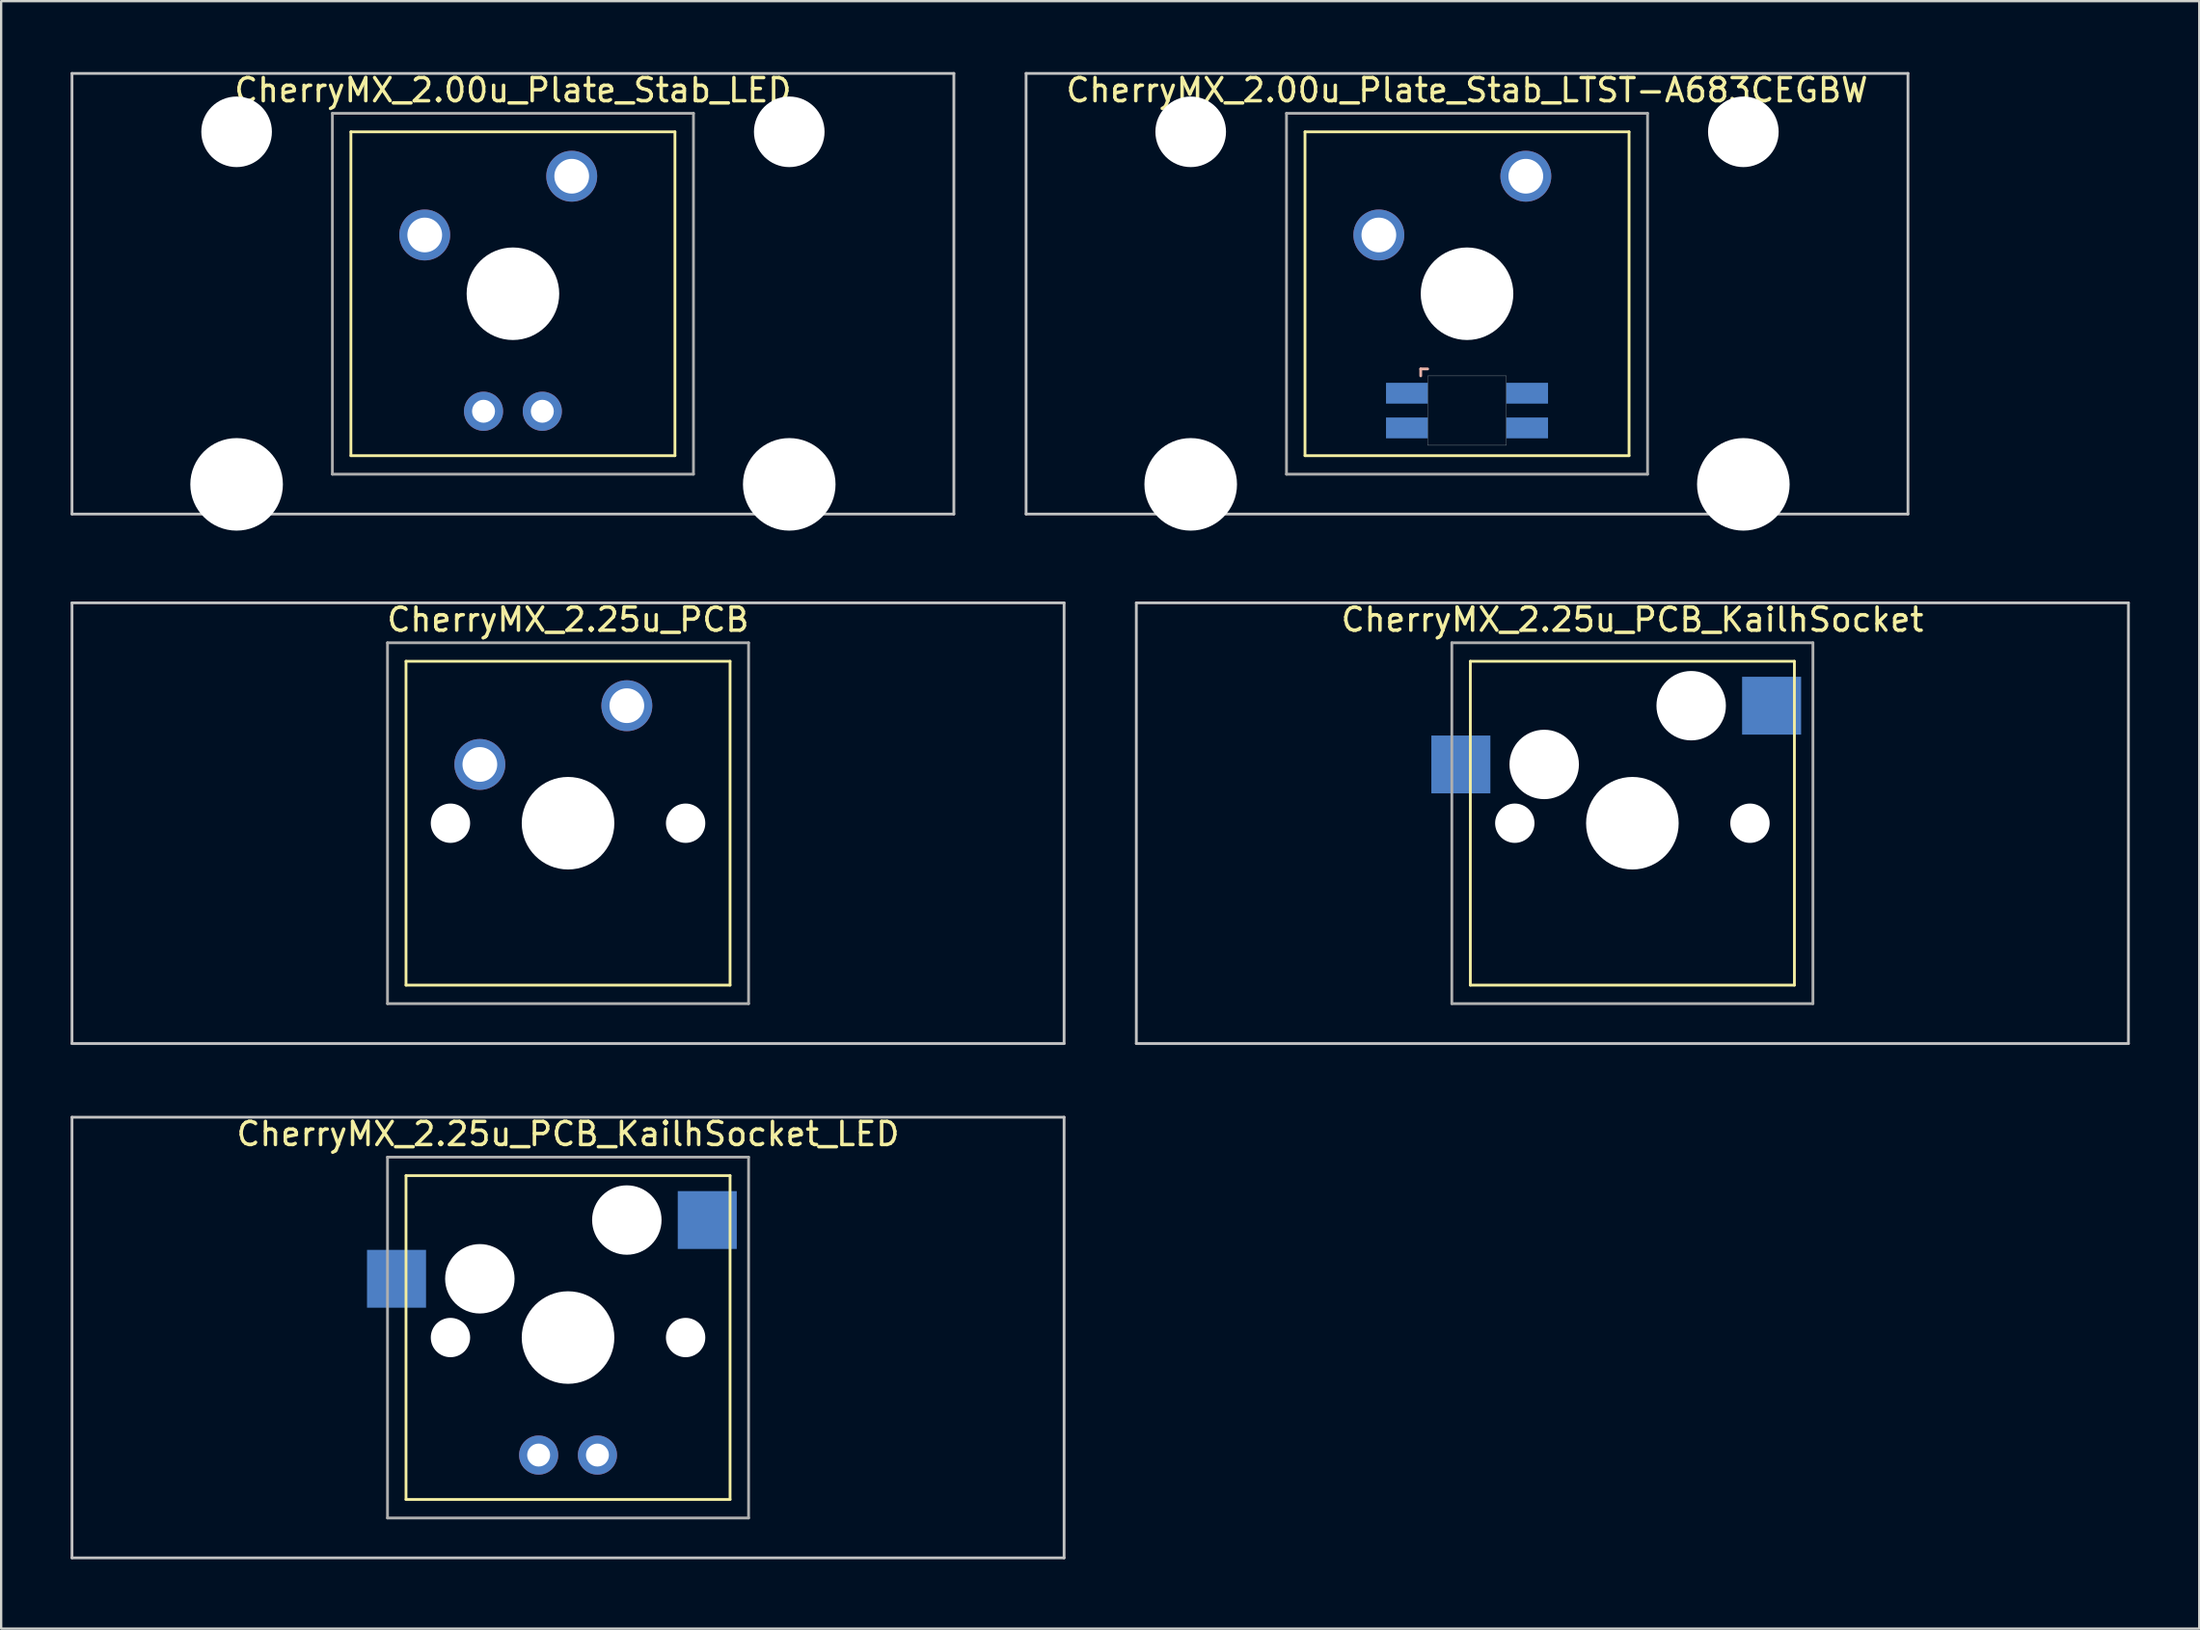
<source format=kicad_pcb>
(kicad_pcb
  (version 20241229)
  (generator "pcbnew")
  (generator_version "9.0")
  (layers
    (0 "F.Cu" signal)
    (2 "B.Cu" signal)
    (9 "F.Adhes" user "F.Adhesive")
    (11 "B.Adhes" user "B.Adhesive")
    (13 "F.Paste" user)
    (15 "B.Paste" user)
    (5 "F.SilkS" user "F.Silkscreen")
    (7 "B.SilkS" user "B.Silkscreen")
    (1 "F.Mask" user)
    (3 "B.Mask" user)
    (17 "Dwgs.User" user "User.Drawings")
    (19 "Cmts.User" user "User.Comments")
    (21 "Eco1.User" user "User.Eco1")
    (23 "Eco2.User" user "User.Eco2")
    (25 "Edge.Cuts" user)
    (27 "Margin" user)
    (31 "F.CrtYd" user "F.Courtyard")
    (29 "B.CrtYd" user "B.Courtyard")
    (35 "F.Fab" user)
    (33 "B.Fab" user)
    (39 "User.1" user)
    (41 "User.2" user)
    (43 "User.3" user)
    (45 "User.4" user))
  (footprint "CherryMX_2.00u_Plate_Stab_LTST-A683CEGBW"
    (layer "F.Cu")
    (at 60.33 9.648)
    (property "Reference" "CherryMX_2.00u_Plate_Stab_LTST-A683CEGBW" (at 0 -8.8 0) (layer "F.SilkS") (effects (font (size 1 1) (thickness 0.15))))
    (attr through_hole)
    (fp_line (start -7 -7) (end -7 7) (stroke (width 0.12) (type solid)) (layer "F.SilkS"))
    (fp_line (start -7 -7) (end 7 -7) (stroke (width 0.12) (type solid)) (layer "F.SilkS"))
    (fp_line (start 7 -7) (end 7 7) (stroke (width 0.12) (type solid)) (layer "F.SilkS"))
    (fp_line (start 7 7) (end -7 7) (stroke (width 0.12) (type solid)) (layer "F.SilkS"))
    (fp_line (start -2 3.25) (end -2 3.55) (stroke (width 0.12) (type solid)) (layer "B.SilkS"))
    (fp_line (start -1.7 3.25) (end -2 3.25) (stroke (width 0.12) (type solid)) (layer "B.SilkS"))
    (fp_line (start -19.05 -9.525) (end 19.05 -9.525) (stroke (width 0.12) (type solid)) (layer "Dwgs.User"))
    (fp_line (start -19.05 9.525) (end -19.05 -9.525) (stroke (width 0.12) (type solid)) (layer "Dwgs.User"))
    (fp_line (start 19.05 -9.525) (end 19.05 9.525) (stroke (width 0.12) (type solid)) (layer "Dwgs.User"))
    (fp_line (start 19.05 9.525) (end -19.05 9.525) (stroke (width 0.12) (type solid)) (layer "Dwgs.User"))
    (fp_poly (pts (xy 1.7 6.55) (xy -1.7 6.55) (xy -1.7 3.55) (xy 1.7 3.55)) (stroke (width 0.01) (type solid)) (fill no) (layer "Edge.Cuts"))
    (fp_line (start -7.8 -7.8) (end -7.8 7.8) (stroke (width 0.12) (type solid)) (layer "F.Fab"))
    (fp_line (start -7.8 -7.8) (end 7.8 -7.8) (stroke (width 0.12) (type solid)) (layer "F.Fab"))
    (fp_line (start -7.8 7.8) (end 7.8 7.8) (stroke (width 0.12) (type solid)) (layer "F.Fab"))
    (fp_line (start 7.8 -7.8) (end 7.8 7.8) (stroke (width 0.12) (type solid)) (layer "F.Fab"))
    (pad "" np_thru_hole circle (at -11.938 -7) (size 3.05 3.05) (drill 3.05) (layers "*.Cu" "*.Mask"))
    (pad "" np_thru_hole circle (at -11.938 8.24) (size 4 4) (drill 4) (layers "*.Cu" "*.Mask"))
    (pad "" np_thru_hole circle (at 0 0) (size 4 4) (drill 4) (layers "*.Cu" "*.Mask"))
    (pad "" np_thru_hole circle (at 11.938 -7) (size 3.05 3.05) (drill 3.05) (layers "*.Cu" "*.Mask"))
    (pad "" np_thru_hole circle (at 11.938 8.24) (size 4 4) (drill 4) (layers "*.Cu" "*.Mask"))
    (pad "1" thru_hole circle (at -3.81 -2.54) (size 2.2 2.2) (drill 1.5) (layers "*.Cu" "*.Mask"))
    (pad "2" thru_hole circle (at 2.54 -5.08) (size 2.2 2.2) (drill 1.5) (layers "*.Cu" "*.Mask"))
    (pad "3" smd rect (at -2.6 4.3) (size 1.8 0.9) (layers "B.Cu" "B.Mask" "B.Paste"))
    (pad "4" smd rect (at -2.6 5.8) (size 1.8 0.9) (layers "B.Cu" "B.Mask" "B.Paste"))
    (pad "5" smd rect (at 2.6 4.3) (size 1.8 0.9) (layers "B.Cu" "B.Mask" "B.Paste"))
    (pad "6" smd rect (at 2.6 5.8) (size 1.8 0.9) (layers "B.Cu" "B.Mask" "B.Paste")))
  (footprint "CherryMX_2.25u_PCB_KailhSocket"
    (layer "F.Cu")
    (at 67.474 32.536)
    (property "Reference" "CherryMX_2.25u_PCB_KailhSocket" (at 0 -8.8 0) (layer "F.SilkS") (effects (font (size 1 1) (thickness 0.15))))
    (attr through_hole)
    (fp_line (start -7 -7) (end -7 7) (stroke (width 0.12) (type solid)) (layer "F.SilkS"))
    (fp_line (start -7 -7) (end 7 -7) (stroke (width 0.12) (type solid)) (layer "F.SilkS"))
    (fp_line (start 7 -7) (end 7 7) (stroke (width 0.12) (type solid)) (layer "F.SilkS"))
    (fp_line (start 7 7) (end -7 7) (stroke (width 0.12) (type solid)) (layer "F.SilkS"))
    (fp_line (start -21.431 -9.525) (end 21.431 -9.525) (stroke (width 0.12) (type solid)) (layer "Dwgs.User"))
    (fp_line (start -21.431 9.525) (end -21.431 -9.525) (stroke (width 0.12) (type solid)) (layer "Dwgs.User"))
    (fp_line (start 21.431 -9.525) (end 21.431 9.525) (stroke (width 0.12) (type solid)) (layer "Dwgs.User"))
    (fp_line (start 21.431 9.525) (end -21.431 9.525) (stroke (width 0.12) (type solid)) (layer "Dwgs.User"))
    (fp_line (start -7.8 -7.8) (end -7.8 7.8) (stroke (width 0.12) (type solid)) (layer "F.Fab"))
    (fp_line (start -7.8 -7.8) (end 7.8 -7.8) (stroke (width 0.12) (type solid)) (layer "F.Fab"))
    (fp_line (start -7.8 7.8) (end 7.8 7.8) (stroke (width 0.12) (type solid)) (layer "F.Fab"))
    (fp_line (start 7.8 -7.8) (end 7.8 7.8) (stroke (width 0.12) (type solid)) (layer "F.Fab"))
    (pad "" np_thru_hole circle (at -5.08 0) (size 1.7 1.7) (drill 1.7) (layers "*.Cu" "*.Mask"))
    (pad "" np_thru_hole circle (at -3.81 -2.54) (size 3 3) (drill 3) (layers "*.Cu" "*.Mask"))
    (pad "" np_thru_hole circle (at 0 0) (size 4 4) (drill 4) (layers "*.Cu" "*.Mask"))
    (pad "" np_thru_hole circle (at 2.54 -5.08) (size 3 3) (drill 3) (layers "*.Cu" "*.Mask"))
    (pad "" np_thru_hole circle (at 5.08 0) (size 1.7 1.7) (drill 1.7) (layers "*.Cu" "*.Mask"))
    (pad "1" smd rect (at -7.41 -2.54) (size 2.55 2.5) (layers "B.Cu" "B.Mask" "B.Paste"))
    (pad "2" smd rect (at 6.015 -5.08) (size 2.55 2.5) (layers "B.Cu" "B.Mask" "B.Paste")))
  (footprint "CherryMX_2.00u_Plate_Stab_LED"
    (layer "F.Cu")
    (at 19.11 9.648)
    (property "Reference" "CherryMX_2.00u_Plate_Stab_LED" (at 0 -8.8 0) (layer "F.SilkS") (effects (font (size 1 1) (thickness 0.15))))
    (attr through_hole)
    (fp_line (start -7 -7) (end -7 7) (stroke (width 0.12) (type solid)) (layer "F.SilkS"))
    (fp_line (start -7 -7) (end 7 -7) (stroke (width 0.12) (type solid)) (layer "F.SilkS"))
    (fp_line (start 7 -7) (end 7 7) (stroke (width 0.12) (type solid)) (layer "F.SilkS"))
    (fp_line (start 7 7) (end -7 7) (stroke (width 0.12) (type solid)) (layer "F.SilkS"))
    (fp_line (start -19.05 -9.525) (end 19.05 -9.525) (stroke (width 0.12) (type solid)) (layer "Dwgs.User"))
    (fp_line (start -19.05 9.525) (end -19.05 -9.525) (stroke (width 0.12) (type solid)) (layer "Dwgs.User"))
    (fp_line (start 19.05 -9.525) (end 19.05 9.525) (stroke (width 0.12) (type solid)) (layer "Dwgs.User"))
    (fp_line (start 19.05 9.525) (end -19.05 9.525) (stroke (width 0.12) (type solid)) (layer "Dwgs.User"))
    (fp_line (start -7.8 -7.8) (end -7.8 7.8) (stroke (width 0.12) (type solid)) (layer "F.Fab"))
    (fp_line (start -7.8 -7.8) (end 7.8 -7.8) (stroke (width 0.12) (type solid)) (layer "F.Fab"))
    (fp_line (start -7.8 7.8) (end 7.8 7.8) (stroke (width 0.12) (type solid)) (layer "F.Fab"))
    (fp_line (start 7.8 -7.8) (end 7.8 7.8) (stroke (width 0.12) (type solid)) (layer "F.Fab"))
    (pad "" np_thru_hole circle (at -11.938 -7) (size 3.05 3.05) (drill 3.05) (layers "*.Cu" "*.Mask"))
    (pad "" np_thru_hole circle (at -11.938 8.24) (size 4 4) (drill 4) (layers "*.Cu" "*.Mask"))
    (pad "" np_thru_hole circle (at 0 0) (size 4 4) (drill 4) (layers "*.Cu" "*.Mask"))
    (pad "" np_thru_hole circle (at 11.938 -7) (size 3.05 3.05) (drill 3.05) (layers "*.Cu" "*.Mask"))
    (pad "" np_thru_hole circle (at 11.938 8.24) (size 4 4) (drill 4) (layers "*.Cu" "*.Mask"))
    (pad "1" thru_hole circle (at -3.81 -2.54) (size 2.2 2.2) (drill 1.5) (layers "*.Cu" "*.Mask"))
    (pad "2" thru_hole circle (at 2.54 -5.08) (size 2.2 2.2) (drill 1.5) (layers "*.Cu" "*.Mask"))
    (pad "3" thru_hole circle (at -1.27 5.08) (size 1.691 1.691) (drill 0.991) (layers "*.Cu" "*.Mask"))
    (pad "4" thru_hole circle (at 1.27 5.08) (size 1.691 1.691) (drill 0.991) (layers "*.Cu" "*.Mask")))
  (footprint "CherryMX_2.25u_PCB_KailhSocket_LED"
    (layer "F.Cu")
    (at 21.491 54.77)
    (property "Reference" "CherryMX_2.25u_PCB_KailhSocket_LED" (at 0 -8.8 0) (layer "F.SilkS") (effects (font (size 1 1) (thickness 0.15))))
    (attr through_hole)
    (fp_line (start -7 -7) (end -7 7) (stroke (width 0.12) (type solid)) (layer "F.SilkS"))
    (fp_line (start -7 -7) (end 7 -7) (stroke (width 0.12) (type solid)) (layer "F.SilkS"))
    (fp_line (start 7 -7) (end 7 7) (stroke (width 0.12) (type solid)) (layer "F.SilkS"))
    (fp_line (start 7 7) (end -7 7) (stroke (width 0.12) (type solid)) (layer "F.SilkS"))
    (fp_line (start -21.431 -9.525) (end 21.431 -9.525) (stroke (width 0.12) (type solid)) (layer "Dwgs.User"))
    (fp_line (start -21.431 9.525) (end -21.431 -9.525) (stroke (width 0.12) (type solid)) (layer "Dwgs.User"))
    (fp_line (start 21.431 -9.525) (end 21.431 9.525) (stroke (width 0.12) (type solid)) (layer "Dwgs.User"))
    (fp_line (start 21.431 9.525) (end -21.431 9.525) (stroke (width 0.12) (type solid)) (layer "Dwgs.User"))
    (fp_line (start -7.8 -7.8) (end -7.8 7.8) (stroke (width 0.12) (type solid)) (layer "F.Fab"))
    (fp_line (start -7.8 -7.8) (end 7.8 -7.8) (stroke (width 0.12) (type solid)) (layer "F.Fab"))
    (fp_line (start -7.8 7.8) (end 7.8 7.8) (stroke (width 0.12) (type solid)) (layer "F.Fab"))
    (fp_line (start 7.8 -7.8) (end 7.8 7.8) (stroke (width 0.12) (type solid)) (layer "F.Fab"))
    (pad "" np_thru_hole circle (at -5.08 0) (size 1.7 1.7) (drill 1.7) (layers "*.Cu" "*.Mask"))
    (pad "" np_thru_hole circle (at -3.81 -2.54) (size 3 3) (drill 3) (layers "*.Cu" "*.Mask"))
    (pad "" np_thru_hole circle (at 0 0) (size 4 4) (drill 4) (layers "*.Cu" "*.Mask"))
    (pad "" np_thru_hole circle (at 2.54 -5.08) (size 3 3) (drill 3) (layers "*.Cu" "*.Mask"))
    (pad "" np_thru_hole circle (at 5.08 0) (size 1.7 1.7) (drill 1.7) (layers "*.Cu" "*.Mask"))
    (pad "1" smd rect (at -7.41 -2.54) (size 2.55 2.5) (layers "B.Cu" "B.Mask" "B.Paste"))
    (pad "2" smd rect (at 6.015 -5.08) (size 2.55 2.5) (layers "B.Cu" "B.Mask" "B.Paste"))
    (pad "3" thru_hole circle (at -1.27 5.08) (size 1.691 1.691) (drill 0.991) (layers "*.Cu" "*.Mask"))
    (pad "4" thru_hole circle (at 1.27 5.08) (size 1.691 1.691) (drill 0.991) (layers "*.Cu" "*.Mask")))
  (footprint "CherryMX_2.25u_PCB"
    (layer "F.Cu")
    (at 21.491 32.536)
    (property "Reference" "CherryMX_2.25u_PCB" (at 0 -8.8 0) (layer "F.SilkS") (effects (font (size 1 1) (thickness 0.15))))
    (attr through_hole)
    (fp_line (start -7 -7) (end -7 7) (stroke (width 0.12) (type solid)) (layer "F.SilkS"))
    (fp_line (start -7 -7) (end 7 -7) (stroke (width 0.12) (type solid)) (layer "F.SilkS"))
    (fp_line (start 7 -7) (end 7 7) (stroke (width 0.12) (type solid)) (layer "F.SilkS"))
    (fp_line (start 7 7) (end -7 7) (stroke (width 0.12) (type solid)) (layer "F.SilkS"))
    (fp_line (start -21.431 -9.525) (end 21.431 -9.525) (stroke (width 0.12) (type solid)) (layer "Dwgs.User"))
    (fp_line (start -21.431 9.525) (end -21.431 -9.525) (stroke (width 0.12) (type solid)) (layer "Dwgs.User"))
    (fp_line (start 21.431 -9.525) (end 21.431 9.525) (stroke (width 0.12) (type solid)) (layer "Dwgs.User"))
    (fp_line (start 21.431 9.525) (end -21.431 9.525) (stroke (width 0.12) (type solid)) (layer "Dwgs.User"))
    (fp_line (start -7.8 -7.8) (end -7.8 7.8) (stroke (width 0.12) (type solid)) (layer "F.Fab"))
    (fp_line (start -7.8 -7.8) (end 7.8 -7.8) (stroke (width 0.12) (type solid)) (layer "F.Fab"))
    (fp_line (start -7.8 7.8) (end 7.8 7.8) (stroke (width 0.12) (type solid)) (layer "F.Fab"))
    (fp_line (start 7.8 -7.8) (end 7.8 7.8) (stroke (width 0.12) (type solid)) (layer "F.Fab"))
    (pad "" np_thru_hole circle (at -5.08 0) (size 1.7 1.7) (drill 1.7) (layers "*.Cu" "*.Mask"))
    (pad "" np_thru_hole circle (at 0 0) (size 4 4) (drill 4) (layers "*.Cu" "*.Mask"))
    (pad "" np_thru_hole circle (at 5.08 0) (size 1.7 1.7) (drill 1.7) (layers "*.Cu" "*.Mask"))
    (pad "1" thru_hole circle (at -3.81 -2.54) (size 2.2 2.2) (drill 1.5) (layers "*.Cu" "*.Mask"))
    (pad "2" thru_hole circle (at 2.54 -5.08) (size 2.2 2.2) (drill 1.5) (layers "*.Cu" "*.Mask")))
  (gr_rect
    (start -3 -3)
    (end 91.965 67.355)
    (stroke (width 0.1) (type default))
    (fill no)
    (layer "Edge.Cuts")))
</source>
